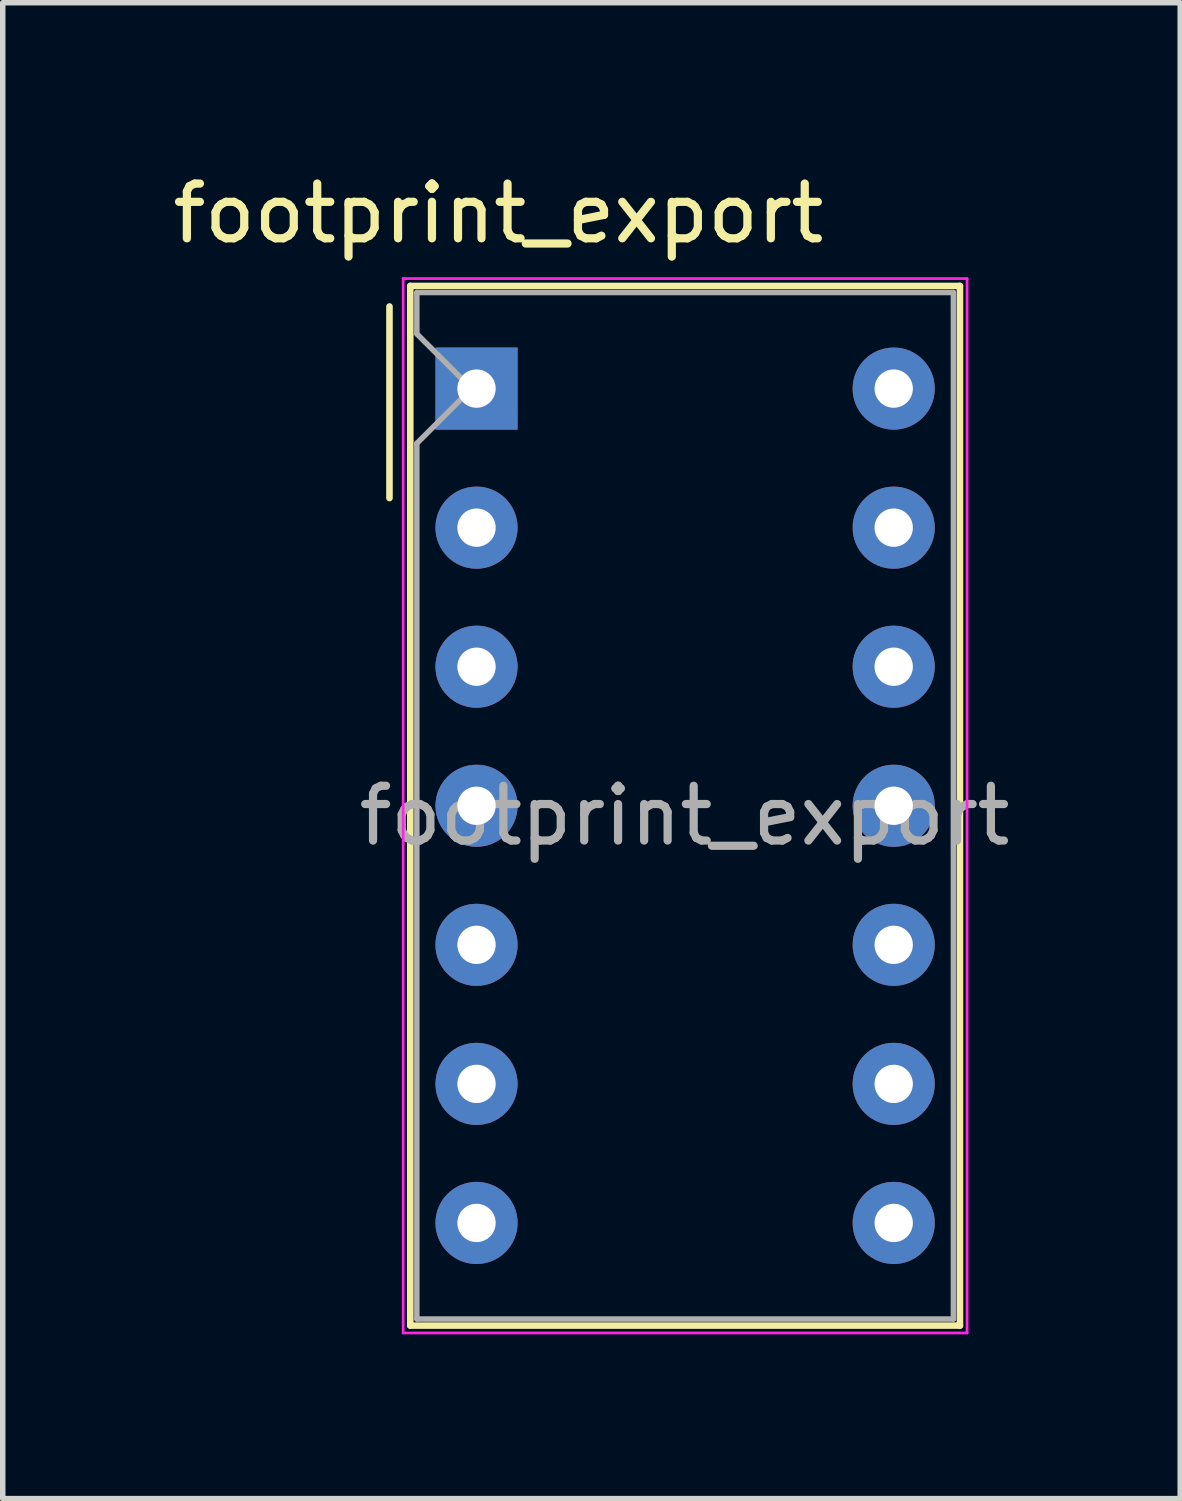
<source format=kicad_pcb>
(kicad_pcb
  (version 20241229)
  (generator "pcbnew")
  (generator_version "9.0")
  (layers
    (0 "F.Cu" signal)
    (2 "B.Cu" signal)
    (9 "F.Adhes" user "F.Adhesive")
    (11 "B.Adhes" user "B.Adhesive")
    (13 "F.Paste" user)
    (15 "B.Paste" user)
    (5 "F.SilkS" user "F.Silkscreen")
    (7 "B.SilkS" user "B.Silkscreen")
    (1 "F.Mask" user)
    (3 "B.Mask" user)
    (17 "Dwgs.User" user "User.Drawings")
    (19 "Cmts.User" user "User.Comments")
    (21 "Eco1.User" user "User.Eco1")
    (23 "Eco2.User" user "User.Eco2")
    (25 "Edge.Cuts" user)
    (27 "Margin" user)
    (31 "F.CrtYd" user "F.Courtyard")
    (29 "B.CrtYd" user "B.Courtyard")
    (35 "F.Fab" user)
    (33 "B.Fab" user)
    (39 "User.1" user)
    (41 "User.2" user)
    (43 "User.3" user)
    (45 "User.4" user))
  (footprint "footprint_export"
    (layer "F.Cu")
    (at 5.654 4.048)
    (property "Reference" "footprint_export" (at 0.4 -3.2 0) (layer "F.SilkS") (effects (font (size 1 1) (thickness 0.15))))
    (attr through_hole)
    (fp_line (start -1.59 -1.5) (end -1.59 2) (stroke (width 0.12) (type solid)) (layer "F.SilkS"))
    (fp_line (start -1.21 -1.875) (end 8.83 -1.875) (stroke (width 0.12) (type solid)) (layer "F.SilkS"))
    (fp_line (start -1.21 17.115) (end -1.21 -1.875) (stroke (width 0.12) (type solid)) (layer "F.SilkS"))
    (fp_line (start 8.83 -1.875) (end 8.83 17.115) (stroke (width 0.12) (type solid)) (layer "F.SilkS"))
    (fp_line (start 8.83 17.115) (end -1.21 17.115) (stroke (width 0.12) (type solid)) (layer "F.SilkS"))
    (fp_line (start -1.34 -2.01) (end 8.96 -2.01) (stroke (width 0.05) (type solid)) (layer "F.CrtYd"))
    (fp_line (start -1.34 17.25) (end -1.34 -2.01) (stroke (width 0.05) (type solid)) (layer "F.CrtYd"))
    (fp_line (start 8.96 -2.01) (end 8.96 17.25) (stroke (width 0.05) (type solid)) (layer "F.CrtYd"))
    (fp_line (start 8.96 17.25) (end -1.34 17.25) (stroke (width 0.05) (type solid)) (layer "F.CrtYd"))
    (fp_line (start -1.09 -1.755) (end 8.71 -1.755) (stroke (width 0.1) (type solid)) (layer "F.Fab"))
    (fp_line (start -1.09 -1) (end -1.09 -1.755) (stroke (width 0.1) (type solid)) (layer "F.Fab"))
    (fp_line (start -1.09 1) (end -0.09 0) (stroke (width 0.1) (type solid)) (layer "F.Fab"))
    (fp_line (start -1.09 16.995) (end -1.09 1) (stroke (width 0.1) (type solid)) (layer "F.Fab"))
    (fp_line (start -0.09 0) (end -1.09 -1) (stroke (width 0.1) (type solid)) (layer "F.Fab"))
    (fp_line (start 8.71 -1.755) (end 8.71 16.995) (stroke (width 0.1) (type solid)) (layer "F.Fab"))
    (fp_line (start 8.71 16.995) (end -1.09 16.995) (stroke (width 0.1) (type solid)) (layer "F.Fab"))
    (fp_text user "${REFERENCE}" (at 3.8 7.8 0) (layer "F.Fab") (effects (font (size 1 1) (thickness 0.15))))
    (pad "1" thru_hole rect (at 0 0) (size 1.5 1.5) (drill 0.7) (layers "*.Cu" "*.Mask"))
    (pad "2" thru_hole circle (at 0 2.54) (size 1.5 1.5) (drill 0.7) (layers "*.Cu" "*.Mask"))
    (pad "3" thru_hole circle (at 0 5.08) (size 1.5 1.5) (drill 0.7) (layers "*.Cu" "*.Mask"))
    (pad "4" thru_hole circle (at 0 7.62) (size 1.5 1.5) (drill 0.7) (layers "*.Cu" "*.Mask"))
    (pad "5" thru_hole circle (at 0 10.16) (size 1.5 1.5) (drill 0.7) (layers "*.Cu" "*.Mask"))
    (pad "6" thru_hole circle (at 0 12.7) (size 1.5 1.5) (drill 0.7) (layers "*.Cu" "*.Mask"))
    (pad "7" thru_hole circle (at 0 15.24) (size 1.5 1.5) (drill 0.7) (layers "*.Cu" "*.Mask"))
    (pad "8" thru_hole circle (at 7.62 15.24) (size 1.5 1.5) (drill 0.7) (layers "*.Cu" "*.Mask"))
    (pad "9" thru_hole circle (at 7.62 12.7) (size 1.5 1.5) (drill 0.7) (layers "*.Cu" "*.Mask"))
    (pad "10" thru_hole circle (at 7.62 10.16) (size 1.5 1.5) (drill 0.7) (layers "*.Cu" "*.Mask"))
    (pad "11" thru_hole circle (at 7.62 7.62) (size 1.5 1.5) (drill 0.7) (layers "*.Cu" "*.Mask"))
    (pad "12" thru_hole circle (at 7.62 5.08) (size 1.5 1.5) (drill 0.7) (layers "*.Cu" "*.Mask"))
    (pad "13" thru_hole circle (at 7.62 2.54) (size 1.5 1.5) (drill 0.7) (layers "*.Cu" "*.Mask"))
    (pad "14" thru_hole circle (at 7.62 0) (size 1.5 1.5) (drill 0.7) (layers "*.Cu" "*.Mask")))
  (gr_rect
    (start -3 -3)
    (end 18.507 24.323)
    (stroke (width 0.1) (type default))
    (fill no)
    (layer "Edge.Cuts")))
</source>
